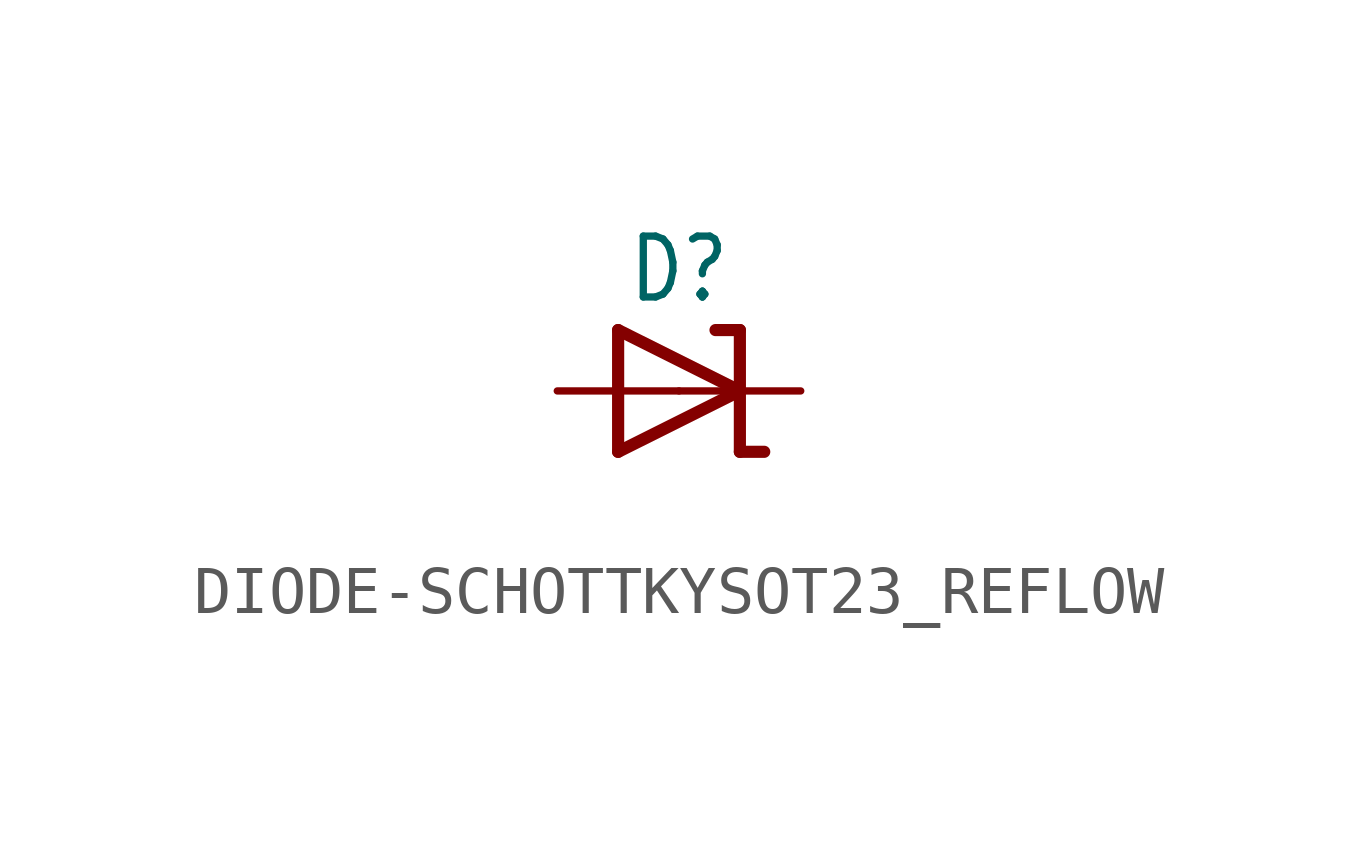
<source format=kicad_sym>
(kicad_symbol_lib
  (version 20231120)
  (generator "kicad_symbol_editor")
  (generator_version "8.0")
  (symbol "DIODE-SCHOTTKYSOT23_REFLOW"
    (property "Reference" "D"
      (at 0 2.54 0)
      (effects (font (size 1.27 1.079))))
    (property "Value" ""
      (at 0 -2.5 0)
      (effects (font (size 1.27 1.079))))
    (property "ki_locked" ""
      (at 0 0 0)
      (effects (font (size 1.27 1.27))))
    (symbol "DIODE-SCHOTTKYSOT23_REFLOW_1_0"
      (polyline (pts (xy -1.27 -1.27) (xy 1.27 0)) (stroke (width 0.254) (type solid)) (fill (type none)))
      (polyline (pts (xy -1.27 1.27) (xy -1.27 -1.27)) (stroke (width 0.254) (type solid)) (fill (type none)))
      (polyline (pts (xy 1.27 -1.27) (xy 1.778 -1.27)) (stroke (width 0.254) (type solid)) (fill (type none)))
      (polyline (pts (xy 1.27 0) (xy -1.27 1.27)) (stroke (width 0.254) (type solid)) (fill (type none)))
      (polyline (pts (xy 1.27 0) (xy 1.27 -1.27)) (stroke (width 0.254) (type solid)) (fill (type none)))
      (polyline (pts (xy 1.27 1.27) (xy 0.762 1.27)) (stroke (width 0.254) (type solid)) (fill (type none)))
      (polyline (pts (xy 1.27 1.27) (xy 1.27 0)) (stroke (width 0.254) (type solid)) (fill (type none)))
      (pin passive line (at -2.54 0 0) (length 2.54) (name "A" (effects (font (size 0 0)))) (number "1" (effects (font (size 0 0)))))
      (pin passive line (at 2.54 0 180) (length 2.54) (name "C" (effects (font (size 0 0)))) (number "3" (effects (font (size 0 0))))))))
</source>
